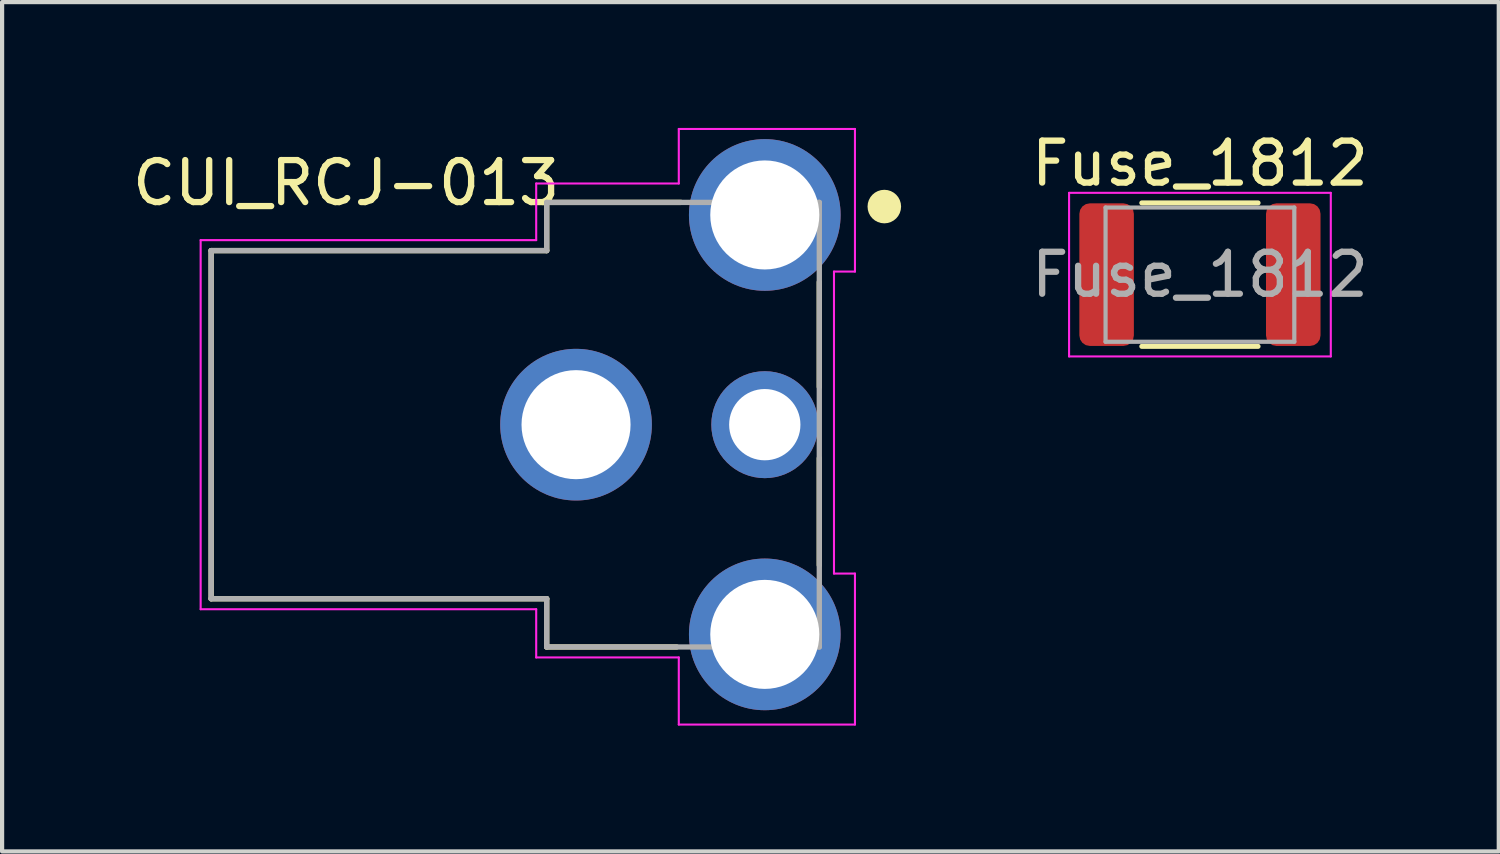
<source format=kicad_pcb>
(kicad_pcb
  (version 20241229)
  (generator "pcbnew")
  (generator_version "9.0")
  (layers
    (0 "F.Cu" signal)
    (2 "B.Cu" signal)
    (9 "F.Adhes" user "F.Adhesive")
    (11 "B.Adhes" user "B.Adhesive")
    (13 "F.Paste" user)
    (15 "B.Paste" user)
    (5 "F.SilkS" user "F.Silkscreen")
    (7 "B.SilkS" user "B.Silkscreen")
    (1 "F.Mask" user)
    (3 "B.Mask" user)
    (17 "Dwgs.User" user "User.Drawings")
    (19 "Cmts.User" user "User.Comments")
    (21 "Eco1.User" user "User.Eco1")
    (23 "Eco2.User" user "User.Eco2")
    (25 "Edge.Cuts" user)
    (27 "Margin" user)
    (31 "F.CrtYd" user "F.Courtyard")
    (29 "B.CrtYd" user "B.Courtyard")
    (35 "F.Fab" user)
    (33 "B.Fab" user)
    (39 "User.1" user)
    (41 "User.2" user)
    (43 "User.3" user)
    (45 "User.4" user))
  (footprint "CUI_RCJ-013"
    (layer "F.Cu")
    (at 9.234 7.075)
    (property "Reference" "CUI_RCJ-013" (at -4.031 -5.763 0) (layer "F.SilkS") (effects (font (size 1.001 1.001) (thickness 0.15))))
    (attr through_hole)
    (fp_line (start -7.25 -4.15) (end -7.25 4.15) (stroke (width 0.127) (type solid)) (layer "F.SilkS"))
    (fp_line (start -7.25 4.15) (end 0.75 4.15) (stroke (width 0.127) (type solid)) (layer "F.SilkS"))
    (fp_line (start 0.75 -5.3) (end 0.75 -4.15) (stroke (width 0.127) (type solid)) (layer "F.SilkS"))
    (fp_line (start 0.75 -4.15) (end -7.25 -4.15) (stroke (width 0.127) (type solid)) (layer "F.SilkS"))
    (fp_line (start 0.75 4.15) (end 0.75 5.3) (stroke (width 0.127) (type solid)) (layer "F.SilkS"))
    (fp_line (start 0.75 5.3) (end 3.85 5.3) (stroke (width 0.127) (type solid)) (layer "F.SilkS"))
    (fp_line (start 3.95 -5.3) (end 0.75 -5.3) (stroke (width 0.127) (type solid)) (layer "F.SilkS"))
    (fp_line (start 7.25 -0.9) (end 7.25 -3.4) (stroke (width 0.127) (type solid)) (layer "F.SilkS"))
    (fp_line (start 7.25 3.35) (end 7.25 0.8) (stroke (width 0.127) (type solid)) (layer "F.SilkS"))
    (fp_circle (center 8.8 -5.2) (end 9 -5.2) (stroke (width 0.4) (type solid)) (fill no) (layer "F.SilkS"))
    (fp_line (start -7.5 -4.4) (end -7.5 4.4) (stroke (width 0.05) (type solid)) (layer "F.CrtYd"))
    (fp_line (start -7.5 4.4) (end 0.5 4.4) (stroke (width 0.05) (type solid)) (layer "F.CrtYd"))
    (fp_line (start 0.5 -5.75) (end 0.5 -4.4) (stroke (width 0.05) (type solid)) (layer "F.CrtYd"))
    (fp_line (start 0.5 -4.4) (end -7.5 -4.4) (stroke (width 0.05) (type solid)) (layer "F.CrtYd"))
    (fp_line (start 0.5 4.4) (end 0.5 5.55) (stroke (width 0.05) (type solid)) (layer "F.CrtYd"))
    (fp_line (start 0.5 5.55) (end 3.9 5.55) (stroke (width 0.05) (type solid)) (layer "F.CrtYd"))
    (fp_line (start 3.9 -7.05) (end 8.1 -7.05) (stroke (width 0.05) (type solid)) (layer "F.CrtYd"))
    (fp_line (start 3.9 -5.75) (end 0.5 -5.75) (stroke (width 0.05) (type solid)) (layer "F.CrtYd"))
    (fp_line (start 3.9 -5.75) (end 3.9 -7.05) (stroke (width 0.05) (type solid)) (layer "F.CrtYd"))
    (fp_line (start 3.9 7.15) (end 3.9 5.55) (stroke (width 0.05) (type solid)) (layer "F.CrtYd"))
    (fp_line (start 7.6 -3.65) (end 7.6 3.55) (stroke (width 0.05) (type solid)) (layer "F.CrtYd"))
    (fp_line (start 7.6 3.55) (end 8.1 3.55) (stroke (width 0.05) (type solid)) (layer "F.CrtYd"))
    (fp_line (start 8.1 -7.05) (end 8.1 -3.65) (stroke (width 0.05) (type solid)) (layer "F.CrtYd"))
    (fp_line (start 8.1 -3.65) (end 7.6 -3.65) (stroke (width 0.05) (type solid)) (layer "F.CrtYd"))
    (fp_line (start 8.1 7.15) (end 3.9 7.15) (stroke (width 0.05) (type solid)) (layer "F.CrtYd"))
    (fp_line (start 8.1 7.15) (end 8.1 3.55) (stroke (width 0.05) (type solid)) (layer "F.CrtYd"))
    (fp_line (start -7.25 -4.15) (end -7.25 4.15) (stroke (width 0.127) (type solid)) (layer "F.Fab"))
    (fp_line (start -7.25 4.15) (end 0.75 4.15) (stroke (width 0.127) (type solid)) (layer "F.Fab"))
    (fp_line (start 0.75 -5.3) (end 0.75 -4.15) (stroke (width 0.127) (type solid)) (layer "F.Fab"))
    (fp_line (start 0.75 -4.15) (end -7.25 -4.15) (stroke (width 0.127) (type solid)) (layer "F.Fab"))
    (fp_line (start 0.75 4.15) (end 0.75 5.3) (stroke (width 0.127) (type solid)) (layer "F.Fab"))
    (fp_line (start 0.75 5.3) (end 7.25 5.3) (stroke (width 0.127) (type solid)) (layer "F.Fab"))
    (fp_line (start 7.25 -5.3) (end 0.75 -5.3) (stroke (width 0.127) (type solid)) (layer "F.Fab"))
    (fp_line (start 7.25 5.3) (end 7.25 -5.3) (stroke (width 0.127) (type solid)) (layer "F.Fab"))
    (pad "1" thru_hole circle (at 5.95 0) (size 2.55 2.55) (drill 1.7) (layers "*.Cu" "*.Mask"))
    (pad "2" thru_hole circle (at 1.45 0) (size 3.616 3.616) (drill 2.6) (layers "*.Cu" "*.Mask"))
    (pad "2" thru_hole circle (at 5.95 -5) (size 3.616 3.616) (drill 2.6) (layers "*.Cu" "*.Mask"))
    (pad "2" thru_hole circle (at 5.95 5) (size 3.616 3.616) (drill 2.6) (layers "*.Cu" "*.Mask")))
  (footprint "Fuse_1812"
    (layer "F.Cu")
    (at 25.559 3.498)
    (property "Reference" "Fuse_1812" (at 0 -2.65 0) (layer "F.SilkS") (effects (font (size 1 1) (thickness 0.15))))
    (attr smd)
    (fp_line (start -1.386 -1.71) (end 1.386 -1.71) (stroke (width 0.12) (type solid)) (layer "F.SilkS"))
    (fp_line (start -1.386 1.71) (end 1.386 1.71) (stroke (width 0.12) (type solid)) (layer "F.SilkS"))
    (fp_line (start -3.12 -1.95) (end 3.12 -1.95) (stroke (width 0.05) (type solid)) (layer "F.CrtYd"))
    (fp_line (start -3.12 1.95) (end -3.12 -1.95) (stroke (width 0.05) (type solid)) (layer "F.CrtYd"))
    (fp_line (start 3.12 -1.95) (end 3.12 1.95) (stroke (width 0.05) (type solid)) (layer "F.CrtYd"))
    (fp_line (start 3.12 1.95) (end -3.12 1.95) (stroke (width 0.05) (type solid)) (layer "F.CrtYd"))
    (fp_line (start -2.25 -1.6) (end 2.25 -1.6) (stroke (width 0.1) (type solid)) (layer "F.Fab"))
    (fp_line (start -2.25 1.6) (end -2.25 -1.6) (stroke (width 0.1) (type solid)) (layer "F.Fab"))
    (fp_line (start 2.25 -1.6) (end 2.25 1.6) (stroke (width 0.1) (type solid)) (layer "F.Fab"))
    (fp_line (start 2.25 1.6) (end -2.25 1.6) (stroke (width 0.1) (type solid)) (layer "F.Fab"))
    (fp_text user "${REFERENCE}" (at 0 0 0) (layer "F.Fab") (effects (font (size 1 1) (thickness 0.15))))
    (pad "1" smd roundrect (at -2.225 0) (size 1.3 3.4) (layers "F.Cu" "F.Mask" "F.Paste") (roundrect_rratio 0.192))
    (pad "2" smd roundrect (at 2.225 0) (size 1.3 3.4) (layers "F.Cu" "F.Mask" "F.Paste") (roundrect_rratio 0.192)))
  (gr_rect
    (start -3 -3)
    (end 32.684 17.25)
    (stroke (width 0.1) (type default))
    (fill no)
    (layer "Edge.Cuts")))
</source>
